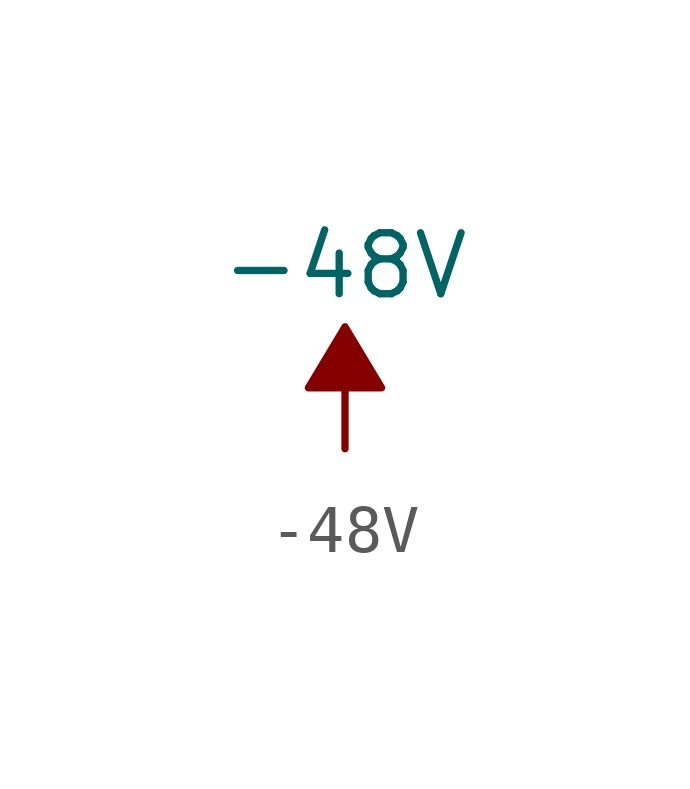
<source format=kicad_sym>
(kicad_symbol_lib
  (version 20231120)
  (generator "kicad_symbol_editor")
  (generator_version "8.0")
  (symbol "-48V"
    (power)
    (pin_numbers hide)
    (pin_names
      (offset 0) hide)
    (property "Reference" "#PWR"
      (at 0 2.54 0)
      (effects (font (size 1.27 1.27)) (hide yes)))
    (property "Value" "-48V"
      (at 0 3.81 0)
      (effects (font (size 1.27 1.27))))
    (symbol "-48V_0_0"
      (pin power_in line (at 0 0 90) (length 0) hide (name "-48V" (effects (font (size 1.27 1.27)))) (number "1" (effects (font (size 1.27 1.27))))))
    (symbol "-48V_0_1"
      (polyline (pts (xy 0 0) (xy 0 1.27) (xy 0.762 1.27) (xy 0 2.54) (xy -0.762 1.27) (xy 0 1.27)) (stroke (width 0) (type default)) (fill (type outline))))))
</source>
